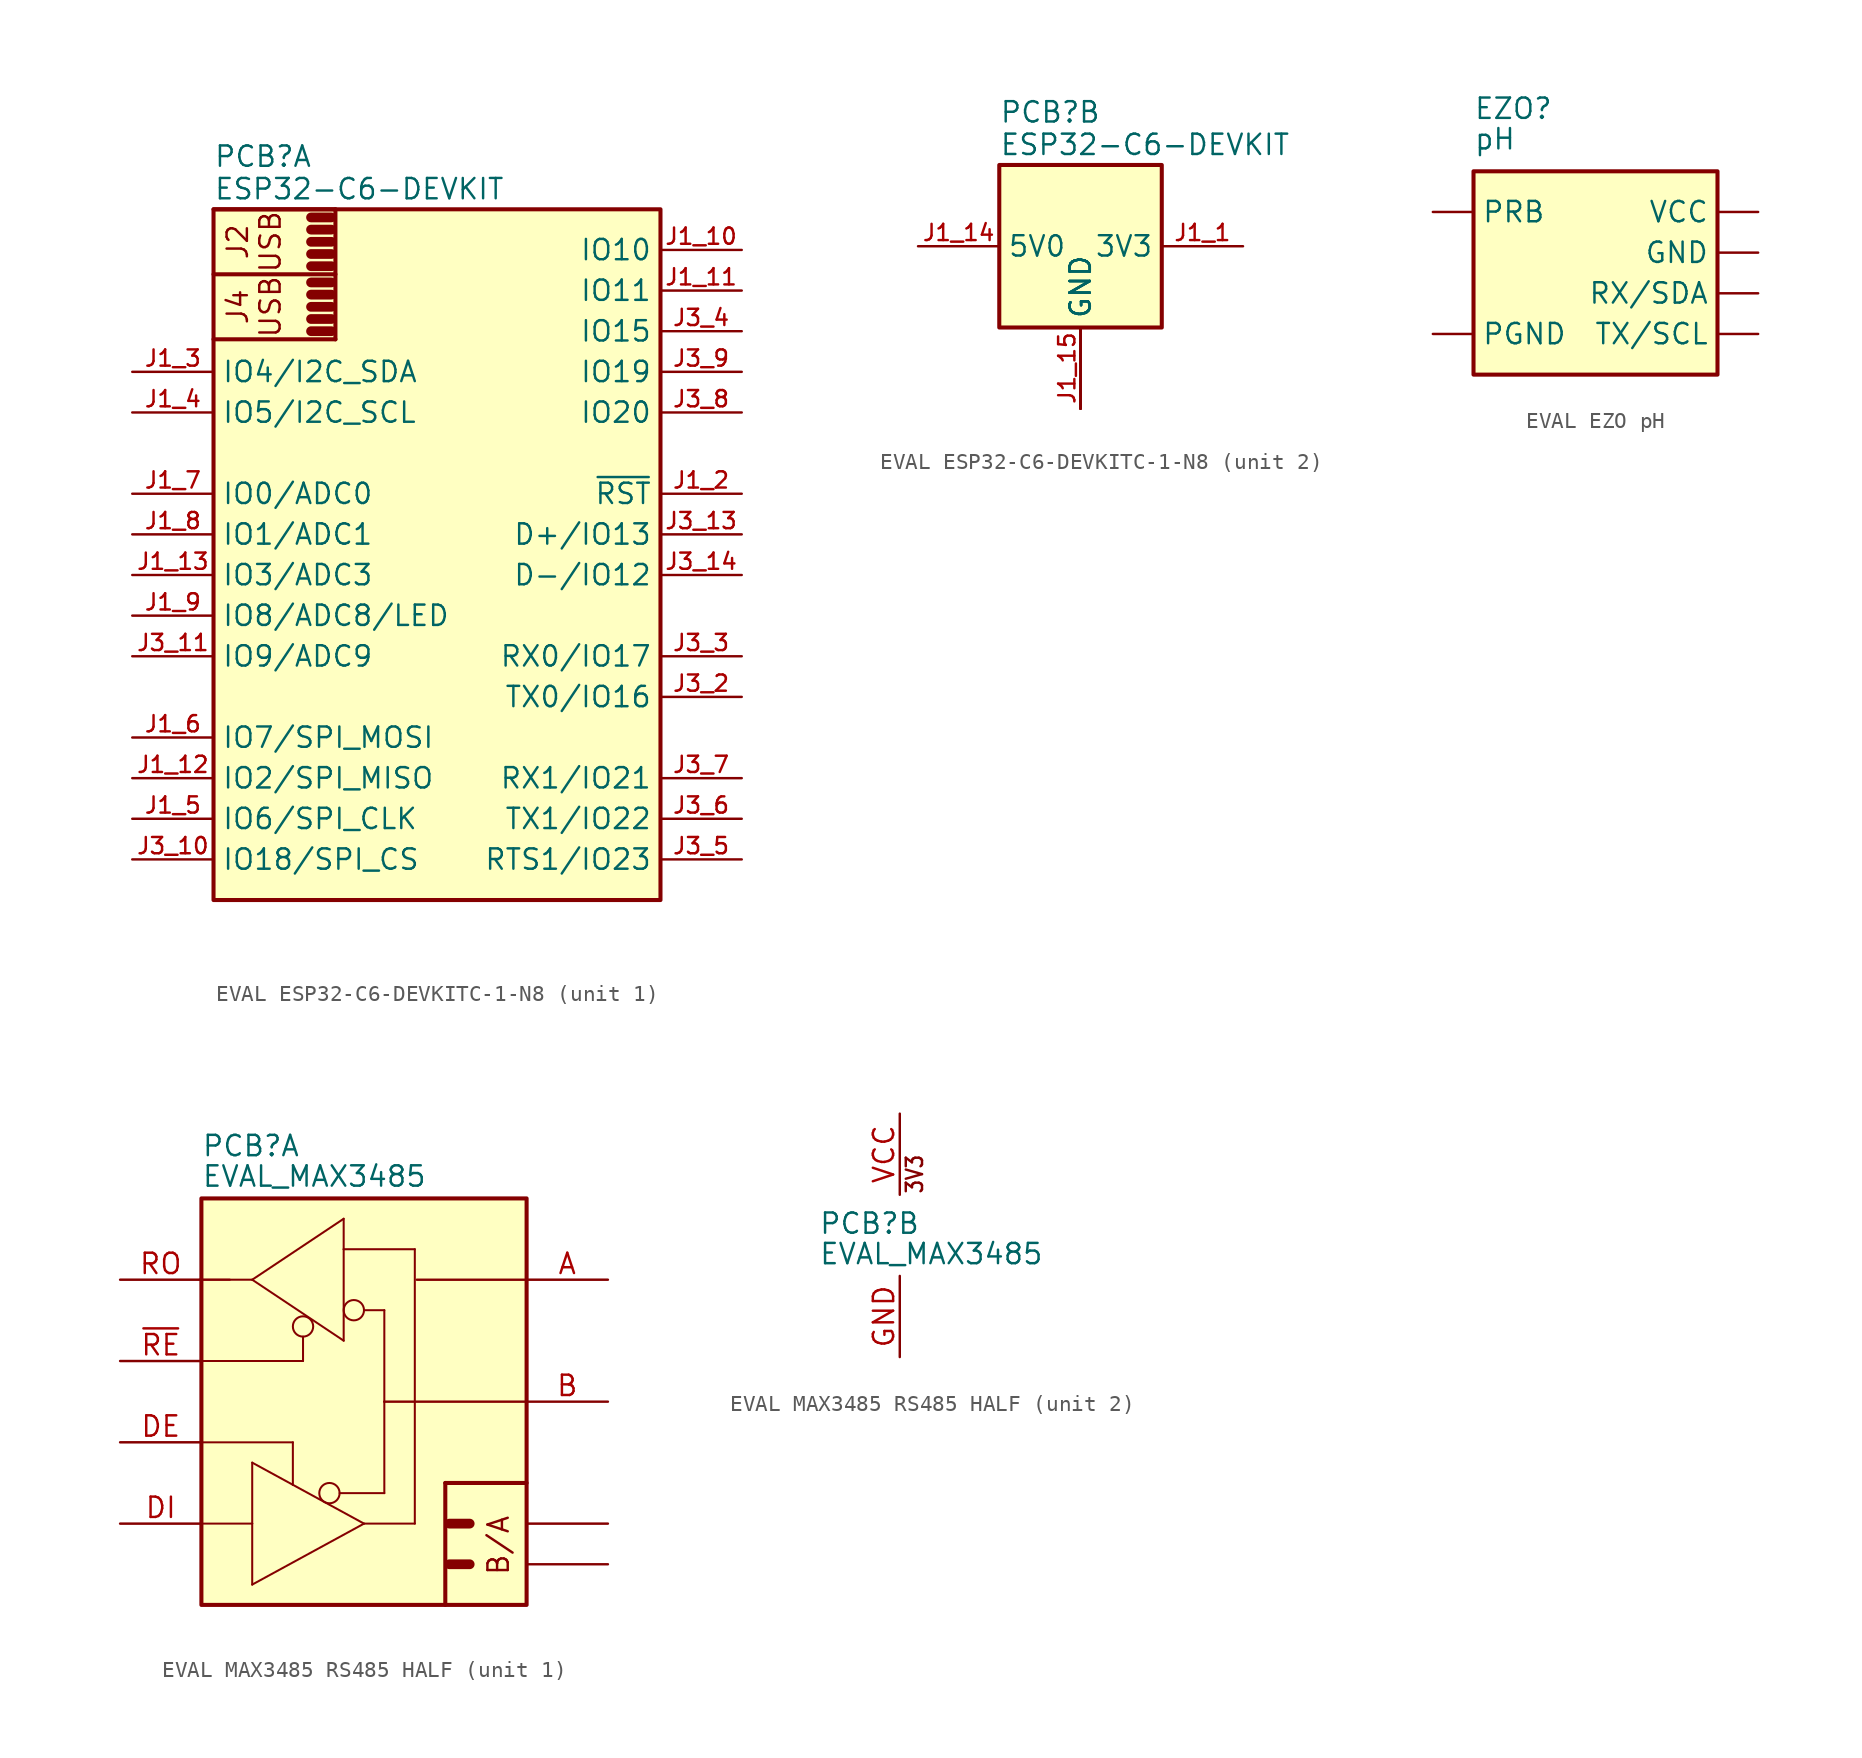
<source format=kicad_sym>
(kicad_symbol_lib
  (version 20241209)
  (generator "kicad_symbol_editor")
  (generator_version "9.0")
  (symbol "EVAL ESP32-C6-DEVKITC-1-N8"
    (property "Reference" "PCB"
      (at 0 3.302 0)
      (effects (font (size 1.27 1.27)) (justify left)))
    (property "Value" "ESP32-C6-DEVKIT"
      (at 0 1.27 0)
      (effects (font (size 1.27 1.27)) (justify left)))
    (property "ki_locked" ""
      (at 0 0 0)
      (effects (font (size 1.27 1.27))))
    (symbol "EVAL ESP32-C6-DEVKITC-1-N8_1_0"
      (unit_name "I/O")
      (polyline (pts (xy 6.096 -0.508) (xy 7.366 -0.508)) (stroke (width 0.61) (type solid)) (fill (type none)))
      (polyline (pts (xy 6.096 -1.27) (xy 7.366 -1.27)) (stroke (width 0.61) (type solid)) (fill (type none)))
      (polyline (pts (xy 6.096 -2.032) (xy 7.366 -2.032)) (stroke (width 0.61) (type solid)) (fill (type none)))
      (polyline (pts (xy 6.096 -2.794) (xy 7.366 -2.794)) (stroke (width 0.61) (type solid)) (fill (type none)))
      (polyline (pts (xy 6.096 -3.556) (xy 7.366 -3.556)) (stroke (width 0.61) (type solid)) (fill (type none)))
      (polyline (pts (xy 6.096 -4.572) (xy 7.366 -4.572)) (stroke (width 0.61) (type solid)) (fill (type none)))
      (polyline (pts (xy 6.096 -5.334) (xy 7.366 -5.334)) (stroke (width 0.61) (type solid)) (fill (type none)))
      (polyline (pts (xy 6.096 -6.096) (xy 7.366 -6.096)) (stroke (width 0.61) (type solid)) (fill (type none)))
      (polyline (pts (xy 6.096 -6.858) (xy 7.366 -6.858)) (stroke (width 0.61) (type solid)) (fill (type none)))
      (polyline (pts (xy 6.096 -7.62) (xy 7.366 -7.62)) (stroke (width 0.61) (type solid)) (fill (type none)))
      (polyline (pts (xy 7.62 0) (xy 0 0)) (stroke (width 0.254) (type solid)) (fill (type none)))
      (polyline (pts (xy 7.62 0) (xy 7.62 -8.128)) (stroke (width 0.254) (type solid)) (fill (type none)))
      (polyline (pts (xy 7.62 -4.064) (xy 0 -4.064)) (stroke (width 0.254) (type solid)) (fill (type none)))
      (polyline (pts (xy 7.62 -8.128) (xy 0 -8.128)) (stroke (width 0.254) (type solid)) (fill (type none)))
      (pin bidirectional line (at -5.08 -10.16 0) (length 5.08) (name "IO4/I2C_SDA" (effects (font (size 1.27 1.27)))) (number "J1_3" (effects (font (size 1.016 1.016)))))
      (pin bidirectional line (at -5.08 -12.7 0) (length 5.08) (name "IO5/I2C_SCL" (effects (font (size 1.27 1.27)))) (number "J1_4" (effects (font (size 1.016 1.016)))))
      (pin bidirectional line (at -5.08 -17.78 0) (length 5.08) (name "IO0/ADC0" (effects (font (size 1.27 1.27)))) (number "J1_7" (effects (font (size 1.016 1.016)))))
      (pin bidirectional line (at -5.08 -20.32 0) (length 5.08) (name "IO1/ADC1" (effects (font (size 1.27 1.27)))) (number "J1_8" (effects (font (size 1.016 1.016)))))
      (pin bidirectional line (at -5.08 -22.86 0) (length 5.08) (name "IO3/ADC3" (effects (font (size 1.27 1.27)))) (number "J1_13" (effects (font (size 1.016 1.016)))))
      (pin bidirectional line (at -5.08 -25.4 0) (length 5.08) (name "IO8/ADC8/LED" (effects (font (size 1.27 1.27)))) (number "J1_9" (effects (font (size 1.016 1.016)))))
      (pin bidirectional line (at -5.08 -27.94 0) (length 5.08) (name "IO9/ADC9" (effects (font (size 1.27 1.27)))) (number "J3_11" (effects (font (size 1.016 1.016)))))
      (pin bidirectional line (at -5.08 -33.02 0) (length 5.08) (name "IO7/SPI_MOSI" (effects (font (size 1.27 1.27)))) (number "J1_6" (effects (font (size 1.016 1.016)))))
      (pin bidirectional line (at -5.08 -35.56 0) (length 5.08) (name "IO2/SPI_MISO" (effects (font (size 1.27 1.27)))) (number "J1_12" (effects (font (size 1.016 1.016)))))
      (pin bidirectional line (at -5.08 -38.1 0) (length 5.08) (name "IO6/SPI_CLK" (effects (font (size 1.27 1.27)))) (number "J1_5" (effects (font (size 1.016 1.016)))))
      (pin bidirectional line (at -5.08 -40.64 0) (length 5.08) (name "IO18/SPI_CS" (effects (font (size 1.27 1.27)))) (number "J3_10" (effects (font (size 1.016 1.016)))))
      (pin bidirectional line (at 33.02 -2.54 180) (length 5.08) (name "IO10" (effects (font (size 1.27 1.27)))) (number "J1_10" (effects (font (size 1.016 1.016)))))
      (pin bidirectional line (at 33.02 -5.08 180) (length 5.08) (name "IO11" (effects (font (size 1.27 1.27)))) (number "J1_11" (effects (font (size 1.016 1.016)))))
      (pin bidirectional line (at 33.02 -7.62 180) (length 5.08) (name "IO15" (effects (font (size 1.27 1.27)))) (number "J3_4" (effects (font (size 1.016 1.016)))))
      (pin bidirectional line (at 33.02 -10.16 180) (length 5.08) (name "IO19" (effects (font (size 1.27 1.27)))) (number "J3_9" (effects (font (size 1.016 1.016)))))
      (pin bidirectional line (at 33.02 -12.7 180) (length 5.08) (name "IO20" (effects (font (size 1.27 1.27)))) (number "J3_8" (effects (font (size 1.016 1.016)))))
      (pin input line (at 33.02 -17.78 180) (length 5.08) (name "~{RST}" (effects (font (size 1.27 1.27)))) (number "J1_2" (effects (font (size 1.016 1.016)))))
      (pin bidirectional line (at 33.02 -20.32 180) (length 5.08) (name "D+/IO13" (effects (font (size 1.27 1.27)))) (number "J3_13" (effects (font (size 1.016 1.016)))))
      (pin bidirectional line (at 33.02 -22.86 180) (length 5.08) (name "D-/IO12" (effects (font (size 1.27 1.27)))) (number "J3_14" (effects (font (size 1.016 1.016)))))
      (pin bidirectional line (at 33.02 -27.94 180) (length 5.08) (name "RX0/IO17" (effects (font (size 1.27 1.27)))) (number "J3_3" (effects (font (size 1.016 1.016)))))
      (pin bidirectional line (at 33.02 -30.48 180) (length 5.08) (name "TX0/IO16" (effects (font (size 1.27 1.27)))) (number "J3_2" (effects (font (size 1.016 1.016)))))
      (pin bidirectional line (at 33.02 -35.56 180) (length 5.08) (name "RX1/IO21" (effects (font (size 1.27 1.27)))) (number "J3_7" (effects (font (size 1.016 1.016)))))
      (pin bidirectional line (at 33.02 -38.1 180) (length 5.08) (name "TX1/IO22" (effects (font (size 1.27 1.27)))) (number "J3_6" (effects (font (size 1.016 1.016)))))
      (pin bidirectional line (at 33.02 -40.64 180) (length 5.08) (name "RTS1/IO23" (effects (font (size 1.27 1.27)))) (number "J3_5" (effects (font (size 1.016 1.016))))))
    (symbol "EVAL ESP32-C6-DEVKITC-1-N8_1_1"
      (unit_name "I/O")
      (rectangle (start 0 0) (end 27.94 -43.18) (stroke (width 0.254) (type default)) (fill (type background)))
      (text "J2\nUSB" (at 0.762 -2.032 900) (effects (font (size 1.27 1.27)) (justify top)))
      (text "J4\nUSB" (at 0.762 -6.096 900) (effects (font (size 1.27 1.27)) (justify top))))
    (symbol "EVAL ESP32-C6-DEVKITC-1-N8_2_0"
      (unit_name "P")
      (pin power_in line (at -5.08 -5.08 0) (length 5.08) (name "5V0" (effects (font (size 1.27 1.27)))) (number "J1_14" (effects (font (size 1.016 1.016)))))
      (pin power_in line (at 5.08 -15.24 90) (length 5.08) (name "GND" (effects (font (size 1.27 1.27)))) (number "J1_15" (effects (font (size 1.016 1.016)))))
      (pin power_in line (at 5.08 -15.24 90) (length 5.08) (name "GND" (effects (font (size 1.27 1.27)))) (number "J3_1" (effects (font (size 0 0)))))
      (pin power_in line (at 5.08 -15.24 90) (length 5.08) (name "GND" (effects (font (size 1.27 1.27)))) (number "J3_12" (effects (font (size 0 0)))))
      (pin power_in line (at 5.08 -15.24 90) (length 5.08) (name "GND" (effects (font (size 1.27 1.27)))) (number "J3_15" (effects (font (size 0 0)))))
      (pin power_out line (at 15.24 -5.08 180) (length 5.08) (name "3V3" (effects (font (size 1.27 1.27)))) (number "J1_1" (effects (font (size 1.016 1.016))))))
    (symbol "EVAL ESP32-C6-DEVKITC-1-N8_2_1"
      (unit_name "P")
      (rectangle (start 0 0) (end 10.16 -10.16) (stroke (width 0.254) (type default)) (fill (type background)))))
  (symbol "EVAL EZO pH"
    (property "Reference" "EZO"
      (at 0 3.175 0)
      (effects (font (size 1.27 1.27)) (justify left bottom)))
    (property "Value" "pH"
      (at 0 1.27 0)
      (effects (font (size 1.27 1.27)) (justify left bottom)))
    (symbol "EVAL EZO pH_1_0"
      (unit_name "IO")
      (pin unspecified line (at -2.54 -2.54 0) (length 2.54) (name "PRB" (effects (font (size 1.27 1.27)))) (number "5" (effects (font (size 0 0)))))
      (pin unspecified line (at -2.54 -10.16 0) (length 2.54) (name "PGND" (effects (font (size 1.27 1.27)))) (number "4" (effects (font (size 0 0)))))
      (pin power_in line (at 17.78 -2.54 180) (length 2.54) (name "VCC" (effects (font (size 1.27 1.27)))) (number "6" (effects (font (size 0 0)))))
      (pin power_in line (at 17.78 -5.08 180) (length 2.54) (name "GND" (effects (font (size 1.27 1.27)))) (number "1" (effects (font (size 0 0)))))
      (pin bidirectional line (at 17.78 -7.62 180) (length 2.54) (name "RX/SDA" (effects (font (size 1.27 1.27)))) (number "3" (effects (font (size 0 0)))))
      (pin bidirectional line (at 17.78 -10.16 180) (length 2.54) (name "TX/SCL" (effects (font (size 1.27 1.27)))) (number "2" (effects (font (size 0 0))))))
    (symbol "EVAL EZO pH_1_1"
      (unit_name "IO")
      (rectangle (start 0 0) (end 15.24 -12.7) (stroke (width 0.254) (type default)) (fill (type background)))))
  (symbol "EVAL MAX3485 RS485 HALF"
    (property "Reference" "PCB"
      (at 0 2.54 0)
      (effects (font (size 1.27 1.27)) (justify left bottom)))
    (property "Value" "EVAL_MAX3485"
      (at 0 0.635 0)
      (effects (font (size 1.27 1.27)) (justify left bottom)))
    (property "ki_locked" ""
      (at 0 0 0)
      (effects (font (size 1.27 1.27))))
    (symbol "EVAL MAX3485 RS485 HALF_1_0"
      (unit_name "I/O")
      (polyline (pts (xy -0.127 -5.08) (xy 3.175 -5.08)) (stroke (width 0.127) (type solid)) (fill (type none)))
      (polyline (pts (xy 0 -5.08) (xy 1.778 -5.08)) (stroke (width 0.127) (type solid)) (fill (type none)))
      (polyline (pts (xy 0 -10.16) (xy 6.35 -10.16)) (stroke (width 0.127) (type solid)) (fill (type none)))
      (polyline (pts (xy 0 -15.24) (xy 5.715 -15.24)) (stroke (width 0.127) (type solid)) (fill (type none)))
      (polyline (pts (xy 0 -20.32) (xy 3.175 -20.32)) (stroke (width 0.127) (type solid)) (fill (type none)))
      (polyline (pts (xy 3.175 -5.08) (xy 8.89 -1.27)) (stroke (width 0.127) (type solid)) (fill (type none)))
      (polyline (pts (xy 3.175 -16.51) (xy 10.16 -20.32)) (stroke (width 0.127) (type solid)) (fill (type none)))
      (polyline (pts (xy 3.175 -20.32) (xy 3.175 -16.51)) (stroke (width 0.127) (type solid)) (fill (type none)))
      (polyline (pts (xy 3.175 -24.13) (xy 3.175 -20.32)) (stroke (width 0.127) (type solid)) (fill (type none)))
      (polyline (pts (xy 5.715 -15.24) (xy 5.715 -17.907)) (stroke (width 0.127) (type solid)) (fill (type none)))
      (circle (center 6.35 -8.001) (radius 0.635) (stroke (width 0.127) (type solid)) (fill (type none)))
      (polyline (pts (xy 6.35 -10.16) (xy 6.35 -8.636)) (stroke (width 0.127) (type solid)) (fill (type none)))
      (circle (center 8.001 -18.415) (radius 0.635) (stroke (width 0.127) (type solid)) (fill (type none)))
      (polyline (pts (xy 8.636 -18.415) (xy 11.43 -18.415)) (stroke (width 0.127) (type solid)) (fill (type none)))
      (polyline (pts (xy 8.89 -1.27) (xy 8.89 -3.175)) (stroke (width 0.127) (type solid)) (fill (type none)))
      (polyline (pts (xy 8.89 -3.175) (xy 8.89 -8.89)) (stroke (width 0.127) (type solid)) (fill (type none)))
      (polyline (pts (xy 8.89 -3.175) (xy 13.335 -3.175)) (stroke (width 0.127) (type solid)) (fill (type none)))
      (polyline (pts (xy 8.89 -8.89) (xy 3.175 -5.08)) (stroke (width 0.127) (type solid)) (fill (type none)))
      (circle (center 9.525 -6.985) (radius 0.635) (stroke (width 0.127) (type solid)) (fill (type none)))
      (polyline (pts (xy 10.16 -20.32) (xy 3.175 -24.13)) (stroke (width 0.127) (type solid)) (fill (type none)))
      (polyline (pts (xy 10.16 -20.32) (xy 13.335 -20.32)) (stroke (width 0.127) (type solid)) (fill (type none)))
      (polyline (pts (xy 11.43 -6.985) (xy 10.16 -6.985)) (stroke (width 0.127) (type solid)) (fill (type none)))
      (polyline (pts (xy 11.43 -12.7) (xy 11.43 -6.985)) (stroke (width 0.127) (type solid)) (fill (type none)))
      (polyline (pts (xy 11.43 -12.7) (xy 20.32 -12.7)) (stroke (width 0.152) (type solid)) (fill (type none)))
      (polyline (pts (xy 11.43 -18.415) (xy 11.43 -12.7)) (stroke (width 0.127) (type solid)) (fill (type none)))
      (polyline (pts (xy 13.335 -20.32) (xy 13.335 -3.175)) (stroke (width 0.127) (type solid)) (fill (type none)))
      (polyline (pts (xy 13.462 -5.08) (xy 20.32 -5.08)) (stroke (width 0.152) (type solid)) (fill (type none)))
      (polyline (pts (xy 15.24 -17.78) (xy 20.32 -17.78)) (stroke (width 0.254) (type solid)) (fill (type none)))
      (polyline (pts (xy 15.24 -25.4) (xy 15.24 -17.78)) (stroke (width 0.254) (type solid)) (fill (type none)))
      (polyline (pts (xy 16.764 -20.32) (xy 15.494 -20.32)) (stroke (width 0.61) (type solid)) (fill (type none)))
      (polyline (pts (xy 16.764 -22.86) (xy 15.494 -22.86)) (stroke (width 0.61) (type solid)) (fill (type none)))
      (text "B/A" (at 19.304 -23.622 900) (effects (font (size 1.27 1.27)) (justify left bottom)))
      (pin output line (at -5.08 -5.08 0) (length 5.08) (name "RO" (effects (font (size 0 0)))) (number "RO" (effects (font (size 1.27 1.27)))))
      (pin input line (at -5.08 -10.16 0) (length 5.08) (name "~{RE}" (effects (font (size 0 0)))) (number "~{RE}" (effects (font (size 1.27 1.27)))))
      (pin input line (at -5.08 -15.24 0) (length 5.08) (name "DE" (effects (font (size 0 0)))) (number "DE" (effects (font (size 1.27 1.27)))))
      (pin input line (at -5.08 -20.32 0) (length 5.08) (name "DI" (effects (font (size 0 0)))) (number "DI" (effects (font (size 1.27 1.27)))))
      (pin passive line (at 25.4 -5.08 180) (length 5.08) (name "A" (effects (font (size 0 0)))) (number "A" (effects (font (size 1.27 1.27)))))
      (pin passive line (at 25.4 -12.7 180) (length 5.08) (name "B" (effects (font (size 0 0)))) (number "B" (effects (font (size 1.27 1.27)))))
      (pin passive line (at 25.4 -20.32 180) (length 5.08) (name "B'" (effects (font (size 0 0)))) (number "B@1" (effects (font (size 0 0)))))
      (pin passive line (at 25.4 -22.86 180) (length 5.08) (name "A'" (effects (font (size 0 0)))) (number "A@1" (effects (font (size 0 0))))))
    (symbol "EVAL MAX3485 RS485 HALF_1_1"
      (unit_name "I/O")
      (rectangle (start 0 0) (end 20.32 -25.4) (stroke (width 0.254) (type default)) (fill (type background))))
    (symbol "EVAL MAX3485 RS485 HALF_2_0"
      (unit_name "P")
      (text "3V3" (at 6.604 5.08 900) (effects (font (size 1.016 0.864)) (justify left bottom)))
      (pin passive line (at 5.08 10.16 270) (length 5.08) (name "VCC" (effects (font (size 0 0)))) (number "VCC" (effects (font (size 1.27 1.27)))))
      (pin power_in line (at 5.08 -5.08 90) (length 5.08) (name "GND" (effects (font (size 0 0)))) (number "GND" (effects (font (size 1.27 1.27))))))))
</source>
